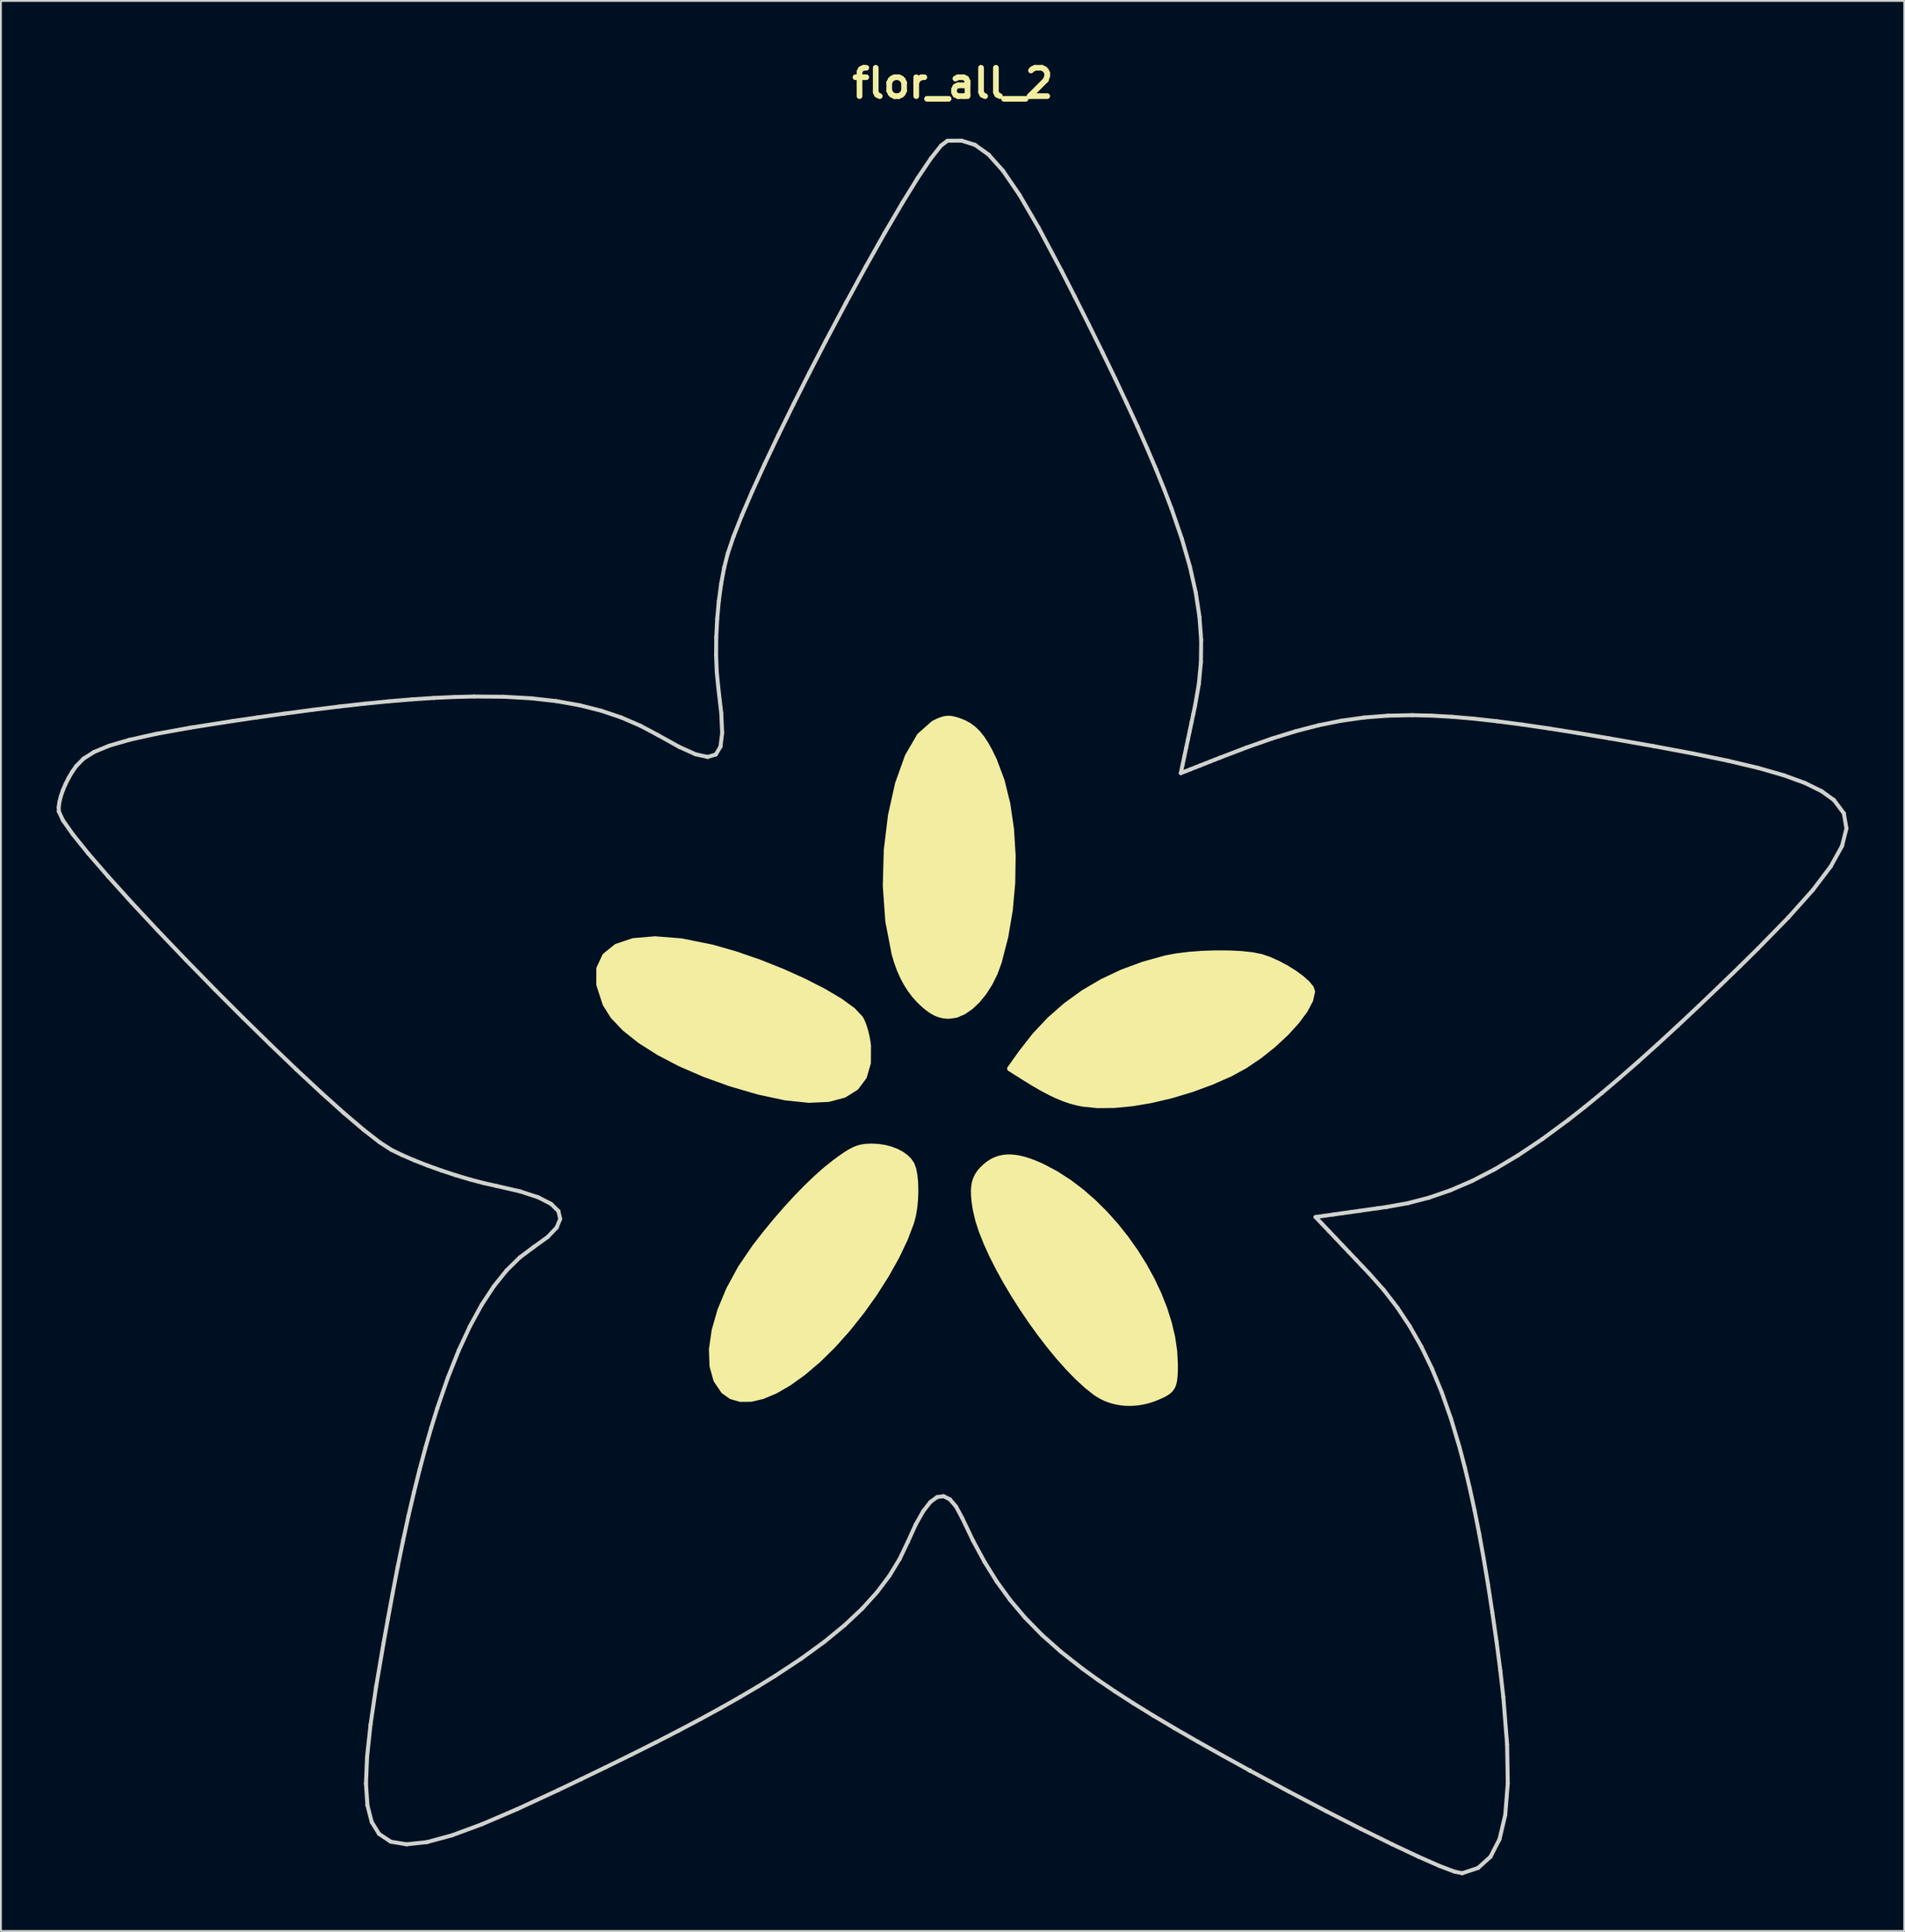
<source format=kicad_pcb>
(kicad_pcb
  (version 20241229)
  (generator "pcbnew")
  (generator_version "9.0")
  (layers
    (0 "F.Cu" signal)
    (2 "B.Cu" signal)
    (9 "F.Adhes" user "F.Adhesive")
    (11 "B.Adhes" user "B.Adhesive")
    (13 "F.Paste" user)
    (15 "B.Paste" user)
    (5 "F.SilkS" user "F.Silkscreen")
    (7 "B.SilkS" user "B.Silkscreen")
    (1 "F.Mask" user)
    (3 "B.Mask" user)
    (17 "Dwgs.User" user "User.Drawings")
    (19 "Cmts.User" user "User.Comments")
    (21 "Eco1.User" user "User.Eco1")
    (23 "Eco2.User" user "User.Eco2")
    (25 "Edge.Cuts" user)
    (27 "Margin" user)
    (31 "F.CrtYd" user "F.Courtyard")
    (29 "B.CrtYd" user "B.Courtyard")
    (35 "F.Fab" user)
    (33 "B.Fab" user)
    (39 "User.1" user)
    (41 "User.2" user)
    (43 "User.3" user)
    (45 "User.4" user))
  (footprint "flor_all_2"
    (layer "F.Cu")
    (at 48.154 51.04)
    (property "Reference" "flor_all_2" (at 0 -49.614 0) (layer "F.SilkS") (effects (font (size 1.524 1.524) (thickness 0.305))))
    (attr smd)
    (fp_poly (pts (xy -10.431 4.581) (xy -11.934 4.143) (xy -13.343 3.637) (xy -14.638 3.076) (xy -15.798 2.47) (xy -16.803 1.832) (xy -17.632 1.174) (xy -18.264 0.508) (xy -18.678 -0.155) (xy -19.012 -1.189) (xy -19.011 -2.053) (xy -18.693 -2.739) (xy -18.073 -3.238) (xy -17.169 -3.542) (xy -15.997 -3.641) (xy -14.574 -3.528) (xy -12.915 -3.192) (xy -11.68 -2.838) (xy -10.414 -2.402) (xy -9.168 -1.907) (xy -7.99 -1.377) (xy -6.931 -0.836) (xy -6.039 -0.308) (xy -5.365 0.184) (xy -4.956 0.617) (xy -4.89 0.735) (xy -4.824 0.885) (xy -4.76 1.059) (xy -4.7 1.253) (xy -4.646 1.46) (xy -4.599 1.674) (xy -4.561 1.888) (xy -4.534 2.097) (xy -4.539 3.019) (xy -4.759 3.769) (xy -5.191 4.346) (xy -5.833 4.747) (xy -6.681 4.973) (xy -7.732 5.021) (xy -8.983 4.891) (xy -10.431 4.581) (xy -10.431 4.581)) (stroke (width 0.286) (type solid)) (fill yes) (layer "F.SilkS"))
    (fp_poly (pts (xy -1.553 -0.092) (xy -1.824 -0.35) (xy -2.072 -0.63) (xy -2.3 -0.934) (xy -2.506 -1.262) (xy -2.693 -1.615) (xy -2.861 -1.995) (xy -3.009 -2.402) (xy -3.139 -2.837) (xy -3.479 -4.598) (xy -3.614 -6.489) (xy -3.561 -8.415) (xy -3.335 -10.281) (xy -2.953 -11.991) (xy -2.432 -13.449) (xy -1.786 -14.56) (xy -1.034 -15.227) (xy -0.828 -15.329) (xy -0.65 -15.405) (xy -0.491 -15.457) (xy -0.342 -15.485) (xy -0.196 -15.491) (xy -0.044 -15.475) (xy 0.122 -15.438) (xy 0.309 -15.381) (xy 0.607 -15.264) (xy 0.877 -15.117) (xy 1.126 -14.933) (xy 1.358 -14.705) (xy 1.579 -14.428) (xy 1.796 -14.095) (xy 2.013 -13.7) (xy 2.237 -13.237) (xy 2.649 -12.138) (xy 2.954 -10.898) (xy 3.151 -9.55) (xy 3.24 -8.128) (xy 3.219 -6.667) (xy 3.088 -5.202) (xy 2.846 -3.767) (xy 2.491 -2.395) (xy 2.273 -1.801) (xy 2.001 -1.253) (xy 1.687 -0.76) (xy 1.34 -0.333) (xy 0.969 0.018) (xy 0.584 0.281) (xy 0.196 0.447) (xy -0.187 0.505) (xy -0.369 0.497) (xy -0.542 0.473) (xy -0.709 0.431) (xy -0.872 0.37) (xy -1.035 0.288) (xy -1.201 0.185) (xy -1.373 0.059) (xy -1.553 -0.092) (xy -1.553 -0.092)) (stroke (width 0.286) (type solid)) (fill yes) (layer "F.SilkS"))
    (fp_poly (pts (xy -12.317 20.653) (xy -12.716 20.063) (xy -12.927 19.303) (xy -12.958 18.404) (xy -12.813 17.396) (xy -12.502 16.31) (xy -12.029 15.177) (xy -11.402 14.027) (xy -10.627 12.89) (xy -10.085 12.193) (xy -9.531 11.519) (xy -8.973 10.875) (xy -8.416 10.268) (xy -7.87 9.707) (xy -7.339 9.198) (xy -6.833 8.75) (xy -6.356 8.369) (xy -6.02 8.121) (xy -5.732 7.924) (xy -5.482 7.771) (xy -5.256 7.658) (xy -5.042 7.58) (xy -4.829 7.53) (xy -4.604 7.505) (xy -4.356 7.497) (xy -3.998 7.515) (xy -3.654 7.568) (xy -3.329 7.652) (xy -3.029 7.766) (xy -2.761 7.906) (xy -2.529 8.07) (xy -2.34 8.256) (xy -2.2 8.461) (xy -2.106 8.712) (xy -2.04 9.047) (xy -2.001 9.445) (xy -1.989 9.883) (xy -2.004 10.337) (xy -2.046 10.786) (xy -2.116 11.207) (xy -2.212 11.577) (xy -2.554 12.478) (xy -3.01 13.433) (xy -3.562 14.419) (xy -4.194 15.413) (xy -4.891 16.388) (xy -5.636 17.323) (xy -6.412 18.192) (xy -7.203 18.971) (xy -8.019 19.666) (xy -8.8 20.227) (xy -9.537 20.652) (xy -10.225 20.939) (xy -10.854 21.085) (xy -11.417 21.088) (xy -11.908 20.945) (xy -12.317 20.653) (xy -12.317 20.653) (xy -12.317 20.653) (xy -12.317 20.653)) (stroke (width 0.286) (type solid)) (fill yes) (layer "F.SilkS"))
    (fp_poly (pts (xy 6.994 5.226) (xy 6.65 5.155) (xy 6.306 5.06) (xy 5.954 4.938) (xy 5.588 4.786) (xy 5.2 4.6) (xy 4.783 4.378) (xy 4.331 4.116) (xy 3.836 3.811) (xy 3.74 3.751) (xy 3.644 3.69) (xy 3.548 3.629) (xy 3.452 3.569) (xy 3.356 3.508) (xy 3.26 3.447) (xy 3.164 3.387) (xy 3.068 3.326) (xy 3.145 3.217) (xy 3.223 3.108) (xy 3.301 2.999) (xy 3.378 2.89) (xy 3.456 2.782) (xy 3.533 2.673) (xy 3.611 2.564) (xy 3.689 2.455) (xy 4.416 1.527) (xy 5.214 0.681) (xy 6.082 -0.08) (xy 7.018 -0.757) (xy 8.023 -1.349) (xy 9.096 -1.856) (xy 10.236 -2.278) (xy 11.443 -2.613) (xy 12.022 -2.723) (xy 12.687 -2.805) (xy 13.405 -2.859) (xy 14.142 -2.884) (xy 14.863 -2.88) (xy 15.533 -2.846) (xy 16.12 -2.782) (xy 16.587 -2.687) (xy 17.031 -2.535) (xy 17.496 -2.326) (xy 17.955 -2.078) (xy 18.387 -1.806) (xy 18.765 -1.527) (xy 19.065 -1.258) (xy 19.263 -1.016) (xy 19.334 -0.817) (xy 19.231 -0.353) (xy 18.94 0.197) (xy 18.491 0.802) (xy 17.914 1.433) (xy 17.239 2.059) (xy 16.496 2.651) (xy 15.715 3.179) (xy 14.925 3.612) (xy 13.895 4.064) (xy 12.831 4.454) (xy 11.755 4.777) (xy 10.69 5.029) (xy 9.659 5.204) (xy 8.684 5.298) (xy 7.788 5.307) (xy 6.994 5.226) (xy 6.994 5.226)) (stroke (width 0.286) (type solid)) (fill yes) (layer "F.SilkS"))
    (fp_poly (pts (xy 7.657 20.734) (xy 7.193 20.365) (xy 6.708 19.92) (xy 6.21 19.41) (xy 5.703 18.842) (xy 5.195 18.226) (xy 4.692 17.572) (xy 4.198 16.888) (xy 3.722 16.184) (xy 3.268 15.47) (xy 2.842 14.754) (xy 2.452 14.046) (xy 2.102 13.355) (xy 1.8 12.69) (xy 1.55 12.061) (xy 1.359 11.477) (xy 1.234 10.947) (xy 1.194 10.711) (xy 1.162 10.491) (xy 1.14 10.287) (xy 1.127 10.097) (xy 1.123 9.921) (xy 1.13 9.758) (xy 1.146 9.605) (xy 1.173 9.462) (xy 1.211 9.328) (xy 1.259 9.202) (xy 1.319 9.082) (xy 1.39 8.967) (xy 1.473 8.855) (xy 1.568 8.747) (xy 1.675 8.641) (xy 1.795 8.534) (xy 1.938 8.424) (xy 2.084 8.329) (xy 2.236 8.249) (xy 2.392 8.184) (xy 2.555 8.135) (xy 2.724 8.101) (xy 2.9 8.082) (xy 3.083 8.079) (xy 3.274 8.091) (xy 3.474 8.118) (xy 3.682 8.161) (xy 3.9 8.219) (xy 4.128 8.293) (xy 4.366 8.382) (xy 4.616 8.486) (xy 4.877 8.606) (xy 5.575 8.979) (xy 6.26 9.421) (xy 6.926 9.926) (xy 7.57 10.487) (xy 8.186 11.097) (xy 8.772 11.751) (xy 9.321 12.441) (xy 9.831 13.162) (xy 10.297 13.906) (xy 10.715 14.668) (xy 11.079 15.44) (xy 11.387 16.217) (xy 11.633 16.993) (xy 11.814 17.759) (xy 11.924 18.511) (xy 11.961 19.242) (xy 11.959 19.459) (xy 11.954 19.653) (xy 11.945 19.826) (xy 11.93 19.98) (xy 11.91 20.116) (xy 11.882 20.237) (xy 11.846 20.345) (xy 11.8 20.44) (xy 11.744 20.526) (xy 11.676 20.604) (xy 11.596 20.675) (xy 11.502 20.742) (xy 11.394 20.806) (xy 11.27 20.87) (xy 11.129 20.935) (xy 10.971 21.002) (xy 10.753 21.086) (xy 10.533 21.157) (xy 10.312 21.213) (xy 10.091 21.256) (xy 9.87 21.286) (xy 9.65 21.302) (xy 9.432 21.304) (xy 9.217 21.294) (xy 9.004 21.27) (xy 8.795 21.232) (xy 8.591 21.182) (xy 8.391 21.118) (xy 8.198 21.042) (xy 8.01 20.952) (xy 7.83 20.849) (xy 7.657 20.734) (xy 7.657 20.734)) (stroke (width 0.286) (type solid)) (fill yes) (layer "F.SilkS"))
    (fp_line (start -48.048 -10.724) (end -48.012 -10.998) (stroke (width 0.212) (type solid)) (layer "Edge.Cuts"))
    (fp_line (start -48.042 -10.491) (end -48.048 -10.724) (stroke (width 0.212) (type solid)) (layer "Edge.Cuts"))
    (fp_line (start -48.012 -10.998) (end -47.936 -11.301) (stroke (width 0.212) (type solid)) (layer "Edge.Cuts"))
    (fp_line (start -47.936 -11.301) (end -47.826 -11.626) (stroke (width 0.212) (type solid)) (layer "Edge.Cuts"))
    (fp_line (start -47.826 -11.626) (end -47.684 -11.96) (stroke (width 0.212) (type solid)) (layer "Edge.Cuts"))
    (fp_line (start -47.821 -10.015) (end -48.042 -10.491) (stroke (width 0.212) (type solid)) (layer "Edge.Cuts"))
    (fp_line (start -47.684 -11.96) (end -47.515 -12.295) (stroke (width 0.212) (type solid)) (layer "Edge.Cuts"))
    (fp_line (start -47.515 -12.295) (end -47.323 -12.621) (stroke (width 0.212) (type solid)) (layer "Edge.Cuts"))
    (fp_line (start -47.323 -12.621) (end -47.11 -12.926) (stroke (width 0.212) (type solid)) (layer "Edge.Cuts"))
    (fp_line (start -47.277 -9.244) (end -47.821 -10.015) (stroke (width 0.212) (type solid)) (layer "Edge.Cuts"))
    (fp_line (start -47.11 -12.926) (end -46.715 -13.329) (stroke (width 0.212) (type solid)) (layer "Edge.Cuts"))
    (fp_line (start -46.715 -13.329) (end -46.142 -13.69) (stroke (width 0.212) (type solid)) (layer "Edge.Cuts"))
    (fp_line (start -46.452 -8.222) (end -47.277 -9.244) (stroke (width 0.212) (type solid)) (layer "Edge.Cuts"))
    (fp_line (start -46.142 -13.69) (end -45.336 -14.023) (stroke (width 0.212) (type solid)) (layer "Edge.Cuts"))
    (fp_line (start -45.389 -6.994) (end -46.452 -8.222) (stroke (width 0.212) (type solid)) (layer "Edge.Cuts"))
    (fp_line (start -45.336 -14.023) (end -44.244 -14.341) (stroke (width 0.212) (type solid)) (layer "Edge.Cuts"))
    (fp_line (start -44.244 -14.341) (end -42.81 -14.66) (stroke (width 0.212) (type solid)) (layer "Edge.Cuts"))
    (fp_line (start -44.132 -5.603) (end -45.389 -6.994) (stroke (width 0.212) (type solid)) (layer "Edge.Cuts"))
    (fp_line (start -42.81 -14.66) (end -40.98 -14.991) (stroke (width 0.212) (type solid)) (layer "Edge.Cuts"))
    (fp_line (start -42.725 -4.093) (end -44.132 -5.603) (stroke (width 0.212) (type solid)) (layer "Edge.Cuts"))
    (fp_line (start -41.21 -2.51) (end -42.725 -4.093) (stroke (width 0.212) (type solid)) (layer "Edge.Cuts"))
    (fp_line (start -40.98 -14.991) (end -38.701 -15.349) (stroke (width 0.212) (type solid)) (layer "Edge.Cuts"))
    (fp_line (start -39.632 -0.896) (end -41.21 -2.51) (stroke (width 0.212) (type solid)) (layer "Edge.Cuts"))
    (fp_line (start -38.701 -15.349) (end -37.375 -15.543) (stroke (width 0.212) (type solid)) (layer "Edge.Cuts"))
    (fp_line (start -38.143 0.594) (end -39.632 -0.896) (stroke (width 0.212) (type solid)) (layer "Edge.Cuts"))
    (fp_line (start -37.375 -15.543) (end -35.917 -15.748) (stroke (width 0.212) (type solid)) (layer "Edge.Cuts"))
    (fp_line (start -36.672 2.036) (end -38.143 0.594) (stroke (width 0.212) (type solid)) (layer "Edge.Cuts"))
    (fp_line (start -35.917 -15.748) (end -34.404 -15.951) (stroke (width 0.212) (type solid)) (layer "Edge.Cuts"))
    (fp_line (start -35.253 3.395) (end -36.672 2.036) (stroke (width 0.212) (type solid)) (layer "Edge.Cuts"))
    (fp_line (start -34.404 -15.951) (end -32.965 -16.129) (stroke (width 0.212) (type solid)) (layer "Edge.Cuts"))
    (fp_line (start -33.921 4.635) (end -35.253 3.395) (stroke (width 0.212) (type solid)) (layer "Edge.Cuts"))
    (fp_line (start -32.965 -16.129) (end -31.597 -16.282) (stroke (width 0.212) (type solid)) (layer "Edge.Cuts"))
    (fp_line (start -32.712 5.72) (end -33.921 4.635) (stroke (width 0.212) (type solid)) (layer "Edge.Cuts"))
    (fp_line (start -31.66 6.614) (end -32.712 5.72) (stroke (width 0.212) (type solid)) (layer "Edge.Cuts"))
    (fp_line (start -31.597 -16.282) (end -30.298 -16.41) (stroke (width 0.212) (type solid)) (layer "Edge.Cuts"))
    (fp_line (start -31.535 41.743) (end -31.475 40.302) (stroke (width 0.212) (type solid)) (layer "Edge.Cuts"))
    (fp_line (start -31.475 40.302) (end -31.289 38.572) (stroke (width 0.212) (type solid)) (layer "Edge.Cuts"))
    (fp_line (start -31.456 42.907) (end -31.535 41.743) (stroke (width 0.212) (type solid)) (layer "Edge.Cuts"))
    (fp_line (start -31.289 38.572) (end -30.991 36.543) (stroke (width 0.212) (type solid)) (layer "Edge.Cuts"))
    (fp_line (start -31.226 43.805) (end -31.456 42.907) (stroke (width 0.212) (type solid)) (layer "Edge.Cuts"))
    (fp_line (start -30.991 36.543) (end -30.592 34.205) (stroke (width 0.212) (type solid)) (layer "Edge.Cuts"))
    (fp_line (start -30.83 44.445) (end -31.226 43.805) (stroke (width 0.212) (type solid)) (layer "Edge.Cuts"))
    (fp_line (start -30.801 7.283) (end -31.66 6.614) (stroke (width 0.212) (type solid)) (layer "Edge.Cuts"))
    (fp_line (start -30.592 34.205) (end -30.36 32.917) (stroke (width 0.212) (type solid)) (layer "Edge.Cuts"))
    (fp_line (start -30.36 32.917) (end -30.107 31.547) (stroke (width 0.212) (type solid)) (layer "Edge.Cuts"))
    (fp_line (start -30.298 -16.41) (end -29.063 -16.513) (stroke (width 0.212) (type solid)) (layer "Edge.Cuts"))
    (fp_line (start -30.204 44.861) (end -30.83 44.445) (stroke (width 0.212) (type solid)) (layer "Edge.Cuts"))
    (fp_line (start -30.169 7.69) (end -30.801 7.283) (stroke (width 0.212) (type solid)) (layer "Edge.Cuts"))
    (fp_line (start -30.107 31.547) (end -29.828 30.092) (stroke (width 0.212) (type solid)) (layer "Edge.Cuts"))
    (fp_line (start -29.828 30.092) (end -29.543 28.697) (stroke (width 0.212) (type solid)) (layer "Edge.Cuts"))
    (fp_line (start -29.597 7.968) (end -30.169 7.69) (stroke (width 0.212) (type solid)) (layer "Edge.Cuts"))
    (fp_line (start -29.543 28.697) (end -29.252 27.362) (stroke (width 0.212) (type solid)) (layer "Edge.Cuts"))
    (fp_line (start -29.354 45.003) (end -30.204 44.861) (stroke (width 0.212) (type solid)) (layer "Edge.Cuts"))
    (fp_line (start -29.252 27.362) (end -28.955 26.087) (stroke (width 0.212) (type solid)) (layer "Edge.Cuts"))
    (fp_line (start -29.063 -16.513) (end -27.891 -16.59) (stroke (width 0.212) (type solid)) (layer "Edge.Cuts"))
    (fp_line (start -28.955 26.087) (end -28.652 24.872) (stroke (width 0.212) (type solid)) (layer "Edge.Cuts"))
    (fp_line (start -28.94 8.252) (end -29.597 7.968) (stroke (width 0.212) (type solid)) (layer "Edge.Cuts"))
    (fp_line (start -28.652 24.872) (end -28.342 23.715) (stroke (width 0.212) (type solid)) (layer "Edge.Cuts"))
    (fp_line (start -28.342 23.715) (end -28.026 22.617) (stroke (width 0.212) (type solid)) (layer "Edge.Cuts"))
    (fp_line (start -28.265 44.886) (end -29.354 45.003) (stroke (width 0.212) (type solid)) (layer "Edge.Cuts"))
    (fp_line (start -28.223 8.533) (end -28.94 8.252) (stroke (width 0.212) (type solid)) (layer "Edge.Cuts"))
    (fp_line (start -28.026 22.617) (end -27.703 21.577) (stroke (width 0.212) (type solid)) (layer "Edge.Cuts"))
    (fp_line (start -27.891 -16.59) (end -26.779 -16.641) (stroke (width 0.212) (type solid)) (layer "Edge.Cuts"))
    (fp_line (start -27.703 21.577) (end -27.139 19.944) (stroke (width 0.212) (type solid)) (layer "Edge.Cuts"))
    (fp_line (start -27.468 8.804) (end -28.223 8.533) (stroke (width 0.212) (type solid)) (layer "Edge.Cuts"))
    (fp_line (start -27.139 19.944) (end -26.553 18.474) (stroke (width 0.212) (type solid)) (layer "Edge.Cuts"))
    (fp_line (start -26.919 44.522) (end -28.265 44.886) (stroke (width 0.212) (type solid)) (layer "Edge.Cuts"))
    (fp_line (start -26.779 -16.641) (end -25.723 -16.667) (stroke (width 0.212) (type solid)) (layer "Edge.Cuts"))
    (fp_line (start -26.698 9.057) (end -27.468 8.804) (stroke (width 0.212) (type solid)) (layer "Edge.Cuts"))
    (fp_line (start -26.553 18.474) (end -25.945 17.164) (stroke (width 0.212) (type solid)) (layer "Edge.Cuts"))
    (fp_line (start -25.945 17.164) (end -25.313 16.011) (stroke (width 0.212) (type solid)) (layer "Edge.Cuts"))
    (fp_line (start -25.936 9.284) (end -26.698 9.057) (stroke (width 0.212) (type solid)) (layer "Edge.Cuts"))
    (fp_line (start -25.723 -16.667) (end -24.124 -16.654) (stroke (width 0.212) (type solid)) (layer "Edge.Cuts"))
    (fp_line (start -25.313 16.011) (end -24.657 15.012) (stroke (width 0.212) (type solid)) (layer "Edge.Cuts"))
    (fp_line (start -25.302 43.924) (end -26.919 44.522) (stroke (width 0.212) (type solid)) (layer "Edge.Cuts"))
    (fp_line (start -25.206 9.476) (end -25.936 9.284) (stroke (width 0.212) (type solid)) (layer "Edge.Cuts"))
    (fp_line (start -24.657 15.012) (end -23.976 14.167) (stroke (width 0.212) (type solid)) (layer "Edge.Cuts"))
    (fp_line (start -24.531 9.627) (end -25.206 9.476) (stroke (width 0.212) (type solid)) (layer "Edge.Cuts"))
    (fp_line (start -24.124 -16.654) (end -22.653 -16.571) (stroke (width 0.212) (type solid)) (layer "Edge.Cuts"))
    (fp_line (start -23.976 14.167) (end -23.268 13.471) (stroke (width 0.212) (type solid)) (layer "Edge.Cuts"))
    (fp_line (start -23.396 43.107) (end -25.302 43.924) (stroke (width 0.212) (type solid)) (layer "Edge.Cuts"))
    (fp_line (start -23.268 13.471) (end -22.533 12.922) (stroke (width 0.212) (type solid)) (layer "Edge.Cuts"))
    (fp_line (start -23.25 9.922) (end -24.531 9.627) (stroke (width 0.212) (type solid)) (layer "Edge.Cuts"))
    (fp_line (start -22.653 -16.571) (end -21.298 -16.419) (stroke (width 0.212) (type solid)) (layer "Edge.Cuts"))
    (fp_line (start -22.533 12.922) (end -21.766 12.37) (stroke (width 0.212) (type solid)) (layer "Edge.Cuts"))
    (fp_line (start -22.268 10.244) (end -23.25 9.922) (stroke (width 0.212) (type solid)) (layer "Edge.Cuts"))
    (fp_line (start -21.766 12.37) (end -21.286 11.865) (stroke (width 0.212) (type solid)) (layer "Edge.Cuts"))
    (fp_line (start -21.583 10.596) (end -22.268 10.244) (stroke (width 0.212) (type solid)) (layer "Edge.Cuts"))
    (fp_line (start -21.298 -16.419) (end -20.047 -16.196) (stroke (width 0.212) (type solid)) (layer "Edge.Cuts"))
    (fp_line (start -21.286 11.865) (end -21.094 11.403) (stroke (width 0.212) (type solid)) (layer "Edge.Cuts"))
    (fp_line (start -21.192 10.981) (end -21.583 10.596) (stroke (width 0.212) (type solid)) (layer "Edge.Cuts"))
    (fp_line (start -21.185 42.082) (end -23.396 43.107) (stroke (width 0.212) (type solid)) (layer "Edge.Cuts"))
    (fp_line (start -21.094 11.403) (end -21.192 10.981) (stroke (width 0.212) (type solid)) (layer "Edge.Cuts"))
    (fp_line (start -20.047 -16.196) (end -18.886 -15.903) (stroke (width 0.212) (type solid)) (layer "Edge.Cuts"))
    (fp_line (start -19.96 41.497) (end -21.185 42.082) (stroke (width 0.212) (type solid)) (layer "Edge.Cuts"))
    (fp_line (start -18.886 -15.903) (end -17.805 -15.537) (stroke (width 0.212) (type solid)) (layer "Edge.Cuts"))
    (fp_line (start -18.653 40.864) (end -19.96 41.497) (stroke (width 0.212) (type solid)) (layer "Edge.Cuts"))
    (fp_line (start -17.805 -15.537) (end -16.79 -15.099) (stroke (width 0.212) (type solid)) (layer "Edge.Cuts"))
    (fp_line (start -17.267 40.184) (end -18.653 40.864) (stroke (width 0.212) (type solid)) (layer "Edge.Cuts"))
    (fp_line (start -16.79 -15.099) (end -15.828 -14.587) (stroke (width 0.212) (type solid)) (layer "Edge.Cuts"))
    (fp_line (start -15.957 39.527) (end -17.267 40.184) (stroke (width 0.212) (type solid)) (layer "Edge.Cuts"))
    (fp_line (start -15.828 -14.587) (end -14.695 -13.958) (stroke (width 0.212) (type solid)) (layer "Edge.Cuts"))
    (fp_line (start -14.72 38.89) (end -15.957 39.527) (stroke (width 0.212) (type solid)) (layer "Edge.Cuts"))
    (fp_line (start -14.695 -13.958) (end -13.817 -13.562) (stroke (width 0.212) (type solid)) (layer "Edge.Cuts"))
    (fp_line (start -13.817 -13.562) (end -13.171 -13.421) (stroke (width 0.212) (type solid)) (layer "Edge.Cuts"))
    (fp_line (start -13.554 38.273) (end -14.72 38.89) (stroke (width 0.212) (type solid)) (layer "Edge.Cuts"))
    (fp_line (start -13.171 -13.421) (end -12.733 -13.551) (stroke (width 0.212) (type solid)) (layer "Edge.Cuts"))
    (fp_line (start -12.733 -13.551) (end -12.481 -13.972) (stroke (width 0.212) (type solid)) (layer "Edge.Cuts"))
    (fp_line (start -12.716 -18.897) (end -12.708 -19.853) (stroke (width 0.212) (type solid)) (layer "Edge.Cuts"))
    (fp_line (start -12.708 -19.853) (end -12.658 -20.829) (stroke (width 0.212) (type solid)) (layer "Edge.Cuts"))
    (fp_line (start -12.681 -17.991) (end -12.716 -18.897) (stroke (width 0.212) (type solid)) (layer "Edge.Cuts"))
    (fp_line (start -12.658 -20.829) (end -12.57 -21.797) (stroke (width 0.212) (type solid)) (layer "Edge.Cuts"))
    (fp_line (start -12.6 -17.165) (end -12.681 -17.991) (stroke (width 0.212) (type solid)) (layer "Edge.Cuts"))
    (fp_line (start -12.57 -21.797) (end -12.444 -22.726) (stroke (width 0.212) (type solid)) (layer "Edge.Cuts"))
    (fp_line (start -12.481 -13.972) (end -12.39 -14.702) (stroke (width 0.212) (type solid)) (layer "Edge.Cuts"))
    (fp_line (start -12.458 37.674) (end -13.554 38.273) (stroke (width 0.212) (type solid)) (layer "Edge.Cuts"))
    (fp_line (start -12.444 -22.726) (end -12.283 -23.587) (stroke (width 0.212) (type solid)) (layer "Edge.Cuts"))
    (fp_line (start -12.437 -15.76) (end -12.6 -17.165) (stroke (width 0.212) (type solid)) (layer "Edge.Cuts"))
    (fp_line (start -12.39 -14.702) (end -12.437 -15.76) (stroke (width 0.212) (type solid)) (layer "Edge.Cuts"))
    (fp_line (start -12.283 -23.587) (end -12.09 -24.35) (stroke (width 0.212) (type solid)) (layer "Edge.Cuts"))
    (fp_line (start -12.09 -24.35) (end -11.781 -25.261) (stroke (width 0.212) (type solid)) (layer "Edge.Cuts"))
    (fp_line (start -11.781 -25.261) (end -11.336 -26.387) (stroke (width 0.212) (type solid)) (layer "Edge.Cuts"))
    (fp_line (start -11.429 37.09) (end -12.458 37.674) (stroke (width 0.212) (type solid)) (layer "Edge.Cuts"))
    (fp_line (start -11.336 -26.387) (end -10.773 -27.695) (stroke (width 0.212) (type solid)) (layer "Edge.Cuts"))
    (fp_line (start -10.773 -27.695) (end -10.11 -29.151) (stroke (width 0.212) (type solid)) (layer "Edge.Cuts"))
    (fp_line (start -10.464 36.522) (end -11.429 37.09) (stroke (width 0.212) (type solid)) (layer "Edge.Cuts"))
    (fp_line (start -10.11 -29.151) (end -9.365 -30.722) (stroke (width 0.212) (type solid)) (layer "Edge.Cuts"))
    (fp_line (start -9.563 35.967) (end -10.464 36.522) (stroke (width 0.212) (type solid)) (layer "Edge.Cuts"))
    (fp_line (start -9.365 -30.722) (end -8.554 -32.376) (stroke (width 0.212) (type solid)) (layer "Edge.Cuts"))
    (fp_line (start -8.554 -32.376) (end -7.696 -34.078) (stroke (width 0.212) (type solid)) (layer "Edge.Cuts"))
    (fp_line (start -8.139 35.027) (end -9.563 35.967) (stroke (width 0.212) (type solid)) (layer "Edge.Cuts"))
    (fp_line (start -7.696 -34.078) (end -6.808 -35.795) (stroke (width 0.212) (type solid)) (layer "Edge.Cuts"))
    (fp_line (start -6.888 34.115) (end -8.139 35.027) (stroke (width 0.212) (type solid)) (layer "Edge.Cuts"))
    (fp_line (start -6.808 -35.795) (end -5.734 -37.821) (stroke (width 0.212) (type solid)) (layer "Edge.Cuts"))
    (fp_line (start -5.799 33.221) (end -6.888 34.115) (stroke (width 0.212) (type solid)) (layer "Edge.Cuts"))
    (fp_line (start -5.734 -37.821) (end -4.673 -39.765) (stroke (width 0.212) (type solid)) (layer "Edge.Cuts"))
    (fp_line (start -4.862 32.338) (end -5.799 33.221) (stroke (width 0.212) (type solid)) (layer "Edge.Cuts"))
    (fp_line (start -4.673 -39.765) (end -3.656 -41.57) (stroke (width 0.212) (type solid)) (layer "Edge.Cuts"))
    (fp_line (start -4.065 31.457) (end -4.862 32.338) (stroke (width 0.212) (type solid)) (layer "Edge.Cuts"))
    (fp_line (start -3.656 -41.57) (end -2.712 -43.18) (stroke (width 0.212) (type solid)) (layer "Edge.Cuts"))
    (fp_line (start -3.398 30.57) (end -4.065 31.457) (stroke (width 0.212) (type solid)) (layer "Edge.Cuts"))
    (fp_line (start -2.849 29.669) (end -3.398 30.57) (stroke (width 0.212) (type solid)) (layer "Edge.Cuts"))
    (fp_line (start -2.712 -43.18) (end -1.873 -44.537) (stroke (width 0.212) (type solid)) (layer "Edge.Cuts"))
    (fp_line (start -2.408 28.746) (end -2.849 29.669) (stroke (width 0.212) (type solid)) (layer "Edge.Cuts"))
    (fp_line (start -1.983 27.811) (end -2.408 28.746) (stroke (width 0.212) (type solid)) (layer "Edge.Cuts"))
    (fp_line (start -1.873 -44.537) (end -1.167 -45.585) (stroke (width 0.212) (type solid)) (layer "Edge.Cuts"))
    (fp_line (start -1.582 27.101) (end -1.983 27.811) (stroke (width 0.212) (type solid)) (layer "Edge.Cuts"))
    (fp_line (start -1.201 26.613) (end -1.582 27.101) (stroke (width 0.212) (type solid)) (layer "Edge.Cuts"))
    (fp_line (start -1.167 -45.585) (end -0.626 -46.268) (stroke (width 0.212) (type solid)) (layer "Edge.Cuts"))
    (fp_line (start -0.837 26.346) (end -1.201 26.613) (stroke (width 0.212) (type solid)) (layer "Edge.Cuts"))
    (fp_line (start -0.626 -46.268) (end -0.279 -46.528) (stroke (width 0.212) (type solid)) (layer "Edge.Cuts"))
    (fp_line (start -0.488 26.299) (end -0.837 26.346) (stroke (width 0.212) (type solid)) (layer "Edge.Cuts"))
    (fp_line (start -0.279 -46.528) (end 0.48 -46.533) (stroke (width 0.212) (type solid)) (layer "Edge.Cuts"))
    (fp_line (start -0.149 26.471) (end -0.488 26.299) (stroke (width 0.212) (type solid)) (layer "Edge.Cuts"))
    (fp_line (start 0.181 26.859) (end -0.149 26.471) (stroke (width 0.212) (type solid)) (layer "Edge.Cuts"))
    (fp_line (start 0.48 -46.533) (end 1.199 -46.306) (stroke (width 0.212) (type solid)) (layer "Edge.Cuts"))
    (fp_line (start 0.507 27.464) (end 0.181 26.859) (stroke (width 0.212) (type solid)) (layer "Edge.Cuts"))
    (fp_line (start 1.097 28.696) (end 0.507 27.464) (stroke (width 0.212) (type solid)) (layer "Edge.Cuts"))
    (fp_line (start 1.199 -46.306) (end 1.926 -45.786) (stroke (width 0.212) (type solid)) (layer "Edge.Cuts"))
    (fp_line (start 1.712 29.831) (end 1.097 28.696) (stroke (width 0.212) (type solid)) (layer "Edge.Cuts"))
    (fp_line (start 1.926 -45.786) (end 2.707 -44.911) (stroke (width 0.212) (type solid)) (layer "Edge.Cuts"))
    (fp_line (start 2.37 30.888) (end 1.712 29.831) (stroke (width 0.212) (type solid)) (layer "Edge.Cuts"))
    (fp_line (start 2.707 -44.911) (end 3.589 -43.621) (stroke (width 0.212) (type solid)) (layer "Edge.Cuts"))
    (fp_line (start 3.091 31.882) (end 2.37 30.888) (stroke (width 0.212) (type solid)) (layer "Edge.Cuts"))
    (fp_line (start 3.589 -43.621) (end 4.62 -41.853) (stroke (width 0.212) (type solid)) (layer "Edge.Cuts"))
    (fp_line (start 3.894 32.831) (end 3.091 31.882) (stroke (width 0.212) (type solid)) (layer "Edge.Cuts"))
    (fp_line (start 4.62 -41.853) (end 5.847 -39.546) (stroke (width 0.212) (type solid)) (layer "Edge.Cuts"))
    (fp_line (start 4.797 33.752) (end 3.894 32.831) (stroke (width 0.212) (type solid)) (layer "Edge.Cuts"))
    (fp_line (start 5.821 34.661) (end 4.797 33.752) (stroke (width 0.212) (type solid)) (layer "Edge.Cuts"))
    (fp_line (start 5.847 -39.546) (end 6.549 -38.171) (stroke (width 0.212) (type solid)) (layer "Edge.Cuts"))
    (fp_line (start 6.549 -38.171) (end 7.318 -36.639) (stroke (width 0.212) (type solid)) (layer "Edge.Cuts"))
    (fp_line (start 6.984 35.575) (end 5.821 34.661) (stroke (width 0.212) (type solid)) (layer "Edge.Cuts"))
    (fp_line (start 7.318 -36.639) (end 8.049 -35.159) (stroke (width 0.212) (type solid)) (layer "Edge.Cuts"))
    (fp_line (start 7.819 36.177) (end 6.984 35.575) (stroke (width 0.212) (type solid)) (layer "Edge.Cuts"))
    (fp_line (start 8.049 -35.159) (end 8.727 -33.758) (stroke (width 0.212) (type solid)) (layer "Edge.Cuts"))
    (fp_line (start 8.726 36.793) (end 7.819 36.177) (stroke (width 0.212) (type solid)) (layer "Edge.Cuts"))
    (fp_line (start 8.727 -33.758) (end 9.353 -32.431) (stroke (width 0.212) (type solid)) (layer "Edge.Cuts"))
    (fp_line (start 9.353 -32.431) (end 9.93 -31.175) (stroke (width 0.212) (type solid)) (layer "Edge.Cuts"))
    (fp_line (start 9.709 37.427) (end 8.726 36.793) (stroke (width 0.212) (type solid)) (layer "Edge.Cuts"))
    (fp_line (start 9.93 -31.175) (end 10.457 -29.985) (stroke (width 0.212) (type solid)) (layer "Edge.Cuts"))
    (fp_line (start 10.457 -29.985) (end 10.937 -28.857) (stroke (width 0.212) (type solid)) (layer "Edge.Cuts"))
    (fp_line (start 10.775 38.085) (end 9.709 37.427) (stroke (width 0.212) (type solid)) (layer "Edge.Cuts"))
    (fp_line (start 10.937 -28.857) (end 11.369 -27.788) (stroke (width 0.212) (type solid)) (layer "Edge.Cuts"))
    (fp_line (start 11.369 -27.788) (end 11.756 -26.773) (stroke (width 0.212) (type solid)) (layer "Edge.Cuts"))
    (fp_line (start 11.756 -26.773) (end 12.316 -25.144) (stroke (width 0.212) (type solid)) (layer "Edge.Cuts"))
    (fp_line (start 11.927 38.769) (end 10.775 38.085) (stroke (width 0.212) (type solid)) (layer "Edge.Cuts"))
    (fp_line (start 12.261 -12.551) (end 12.524 -12.654) (stroke (width 0.212) (type solid)) (layer "Edge.Cuts"))
    (fp_line (start 12.316 -25.144) (end 12.751 -23.643) (stroke (width 0.212) (type solid)) (layer "Edge.Cuts"))
    (fp_line (start 12.357 -13.005) (end 12.261 -12.551) (stroke (width 0.212) (type solid)) (layer "Edge.Cuts"))
    (fp_line (start 12.453 -13.459) (end 12.357 -13.005) (stroke (width 0.212) (type solid)) (layer "Edge.Cuts"))
    (fp_line (start 12.524 -12.654) (end 12.787 -12.758) (stroke (width 0.212) (type solid)) (layer "Edge.Cuts"))
    (fp_line (start 12.549 -13.913) (end 12.453 -13.459) (stroke (width 0.212) (type solid)) (layer "Edge.Cuts"))
    (fp_line (start 12.645 -14.367) (end 12.549 -13.913) (stroke (width 0.212) (type solid)) (layer "Edge.Cuts"))
    (fp_line (start 12.741 -14.821) (end 12.645 -14.367) (stroke (width 0.212) (type solid)) (layer "Edge.Cuts"))
    (fp_line (start 12.751 -23.643) (end 13.065 -22.25) (stroke (width 0.212) (type solid)) (layer "Edge.Cuts"))
    (fp_line (start 12.787 -12.758) (end 13.05 -12.862) (stroke (width 0.212) (type solid)) (layer "Edge.Cuts"))
    (fp_line (start 12.837 -15.275) (end 12.741 -14.821) (stroke (width 0.212) (type solid)) (layer "Edge.Cuts"))
    (fp_line (start 12.933 -15.73) (end 12.837 -15.275) (stroke (width 0.212) (type solid)) (layer "Edge.Cuts"))
    (fp_line (start 13.029 -16.184) (end 12.933 -15.73) (stroke (width 0.212) (type solid)) (layer "Edge.Cuts"))
    (fp_line (start 13.05 -12.862) (end 13.313 -12.966) (stroke (width 0.212) (type solid)) (layer "Edge.Cuts"))
    (fp_line (start 13.065 -22.25) (end 13.264 -20.944) (stroke (width 0.212) (type solid)) (layer "Edge.Cuts"))
    (fp_line (start 13.172 39.486) (end 11.927 38.769) (stroke (width 0.212) (type solid)) (layer "Edge.Cuts"))
    (fp_line (start 13.231 -17.345) (end 13.029 -16.184) (stroke (width 0.212) (type solid)) (layer "Edge.Cuts"))
    (fp_line (start 13.264 -20.944) (end 13.355 -19.705) (stroke (width 0.212) (type solid)) (layer "Edge.Cuts"))
    (fp_line (start 13.313 -12.966) (end 13.576 -13.07) (stroke (width 0.212) (type solid)) (layer "Edge.Cuts"))
    (fp_line (start 13.342 -18.512) (end 13.231 -17.345) (stroke (width 0.212) (type solid)) (layer "Edge.Cuts"))
    (fp_line (start 13.355 -19.705) (end 13.342 -18.512) (stroke (width 0.212) (type solid)) (layer "Edge.Cuts"))
    (fp_line (start 13.576 -13.07) (end 13.839 -13.173) (stroke (width 0.212) (type solid)) (layer "Edge.Cuts"))
    (fp_line (start 13.839 -13.173) (end 14.102 -13.277) (stroke (width 0.212) (type solid)) (layer "Edge.Cuts"))
    (fp_line (start 14.102 -13.277) (end 14.365 -13.381) (stroke (width 0.212) (type solid)) (layer "Edge.Cuts"))
    (fp_line (start 14.365 -13.381) (end 15.809 -13.933) (stroke (width 0.212) (type solid)) (layer "Edge.Cuts"))
    (fp_line (start 14.514 40.239) (end 13.172 39.486) (stroke (width 0.212) (type solid)) (layer "Edge.Cuts"))
    (fp_line (start 15.809 -13.933) (end 17.158 -14.407) (stroke (width 0.212) (type solid)) (layer "Edge.Cuts"))
    (fp_line (start 15.959 41.034) (end 14.514 40.239) (stroke (width 0.212) (type solid)) (layer "Edge.Cuts"))
    (fp_line (start 15.959 41.033) (end 15.959 41.034) (stroke (width 0.212) (type solid)) (layer "Edge.Cuts"))
    (fp_line (start 15.959 41.034) (end 15.959 41.033) (stroke (width 0.212) (type solid)) (layer "Edge.Cuts"))
    (fp_line (start 15.959 41.034) (end 15.959 41.034) (stroke (width 0.212) (type solid)) (layer "Edge.Cuts"))
    (fp_line (start 15.959 41.034) (end 15.959 41.034) (stroke (width 0.212) (type solid)) (layer "Edge.Cuts"))
    (fp_line (start 15.959 41.034) (end 15.959 41.034) (stroke (width 0.212) (type solid)) (layer "Edge.Cuts"))
    (fp_line (start 15.959 41.034) (end 15.959 41.034) (stroke (width 0.212) (type solid)) (layer "Edge.Cuts"))
    (fp_line (start 15.959 41.034) (end 15.959 41.034) (stroke (width 0.212) (type solid)) (layer "Edge.Cuts"))
    (fp_line (start 15.959 41.034) (end 15.959 41.034) (stroke (width 0.212) (type solid)) (layer "Edge.Cuts"))
    (fp_line (start 15.959 41.035) (end 15.959 41.034) (stroke (width 0.212) (type solid)) (layer "Edge.Cuts"))
    (fp_line (start 17.158 -14.407) (end 18.437 -14.803) (stroke (width 0.212) (type solid)) (layer "Edge.Cuts"))
    (fp_line (start 18.068 42.17) (end 15.959 41.035) (stroke (width 0.212) (type solid)) (layer "Edge.Cuts"))
    (fp_line (start 18.437 -14.803) (end 19.673 -15.123) (stroke (width 0.212) (type solid)) (layer "Edge.Cuts"))
    (fp_line (start 19.503 11.3) (end 19.863 11.679) (stroke (width 0.212) (type solid)) (layer "Edge.Cuts"))
    (fp_line (start 19.673 -15.123) (end 20.892 -15.367) (stroke (width 0.212) (type solid)) (layer "Edge.Cuts"))
    (fp_line (start 19.863 11.679) (end 20.223 12.058) (stroke (width 0.212) (type solid)) (layer "Edge.Cuts"))
    (fp_line (start 19.979 11.232) (end 19.503 11.3) (stroke (width 0.212) (type solid)) (layer "Edge.Cuts"))
    (fp_line (start 20.076 43.223) (end 18.068 42.17) (stroke (width 0.212) (type solid)) (layer "Edge.Cuts"))
    (fp_line (start 20.223 12.058) (end 20.583 12.437) (stroke (width 0.212) (type solid)) (layer "Edge.Cuts"))
    (fp_line (start 20.456 11.165) (end 19.979 11.232) (stroke (width 0.212) (type solid)) (layer "Edge.Cuts"))
    (fp_line (start 20.583 12.437) (end 20.943 12.816) (stroke (width 0.212) (type solid)) (layer "Edge.Cuts"))
    (fp_line (start 20.892 -15.367) (end 22.119 -15.539) (stroke (width 0.212) (type solid)) (layer "Edge.Cuts"))
    (fp_line (start 20.932 11.098) (end 20.456 11.165) (stroke (width 0.212) (type solid)) (layer "Edge.Cuts"))
    (fp_line (start 20.943 12.816) (end 21.303 13.196) (stroke (width 0.212) (type solid)) (layer "Edge.Cuts"))
    (fp_line (start 21.303 13.196) (end 21.663 13.575) (stroke (width 0.212) (type solid)) (layer "Edge.Cuts"))
    (fp_line (start 21.409 11.031) (end 20.932 11.098) (stroke (width 0.212) (type solid)) (layer "Edge.Cuts"))
    (fp_line (start 21.663 13.575) (end 22.023 13.954) (stroke (width 0.212) (type solid)) (layer "Edge.Cuts"))
    (fp_line (start 21.885 10.964) (end 21.409 11.031) (stroke (width 0.212) (type solid)) (layer "Edge.Cuts"))
    (fp_line (start 21.936 44.172) (end 20.076 43.223) (stroke (width 0.212) (type solid)) (layer "Edge.Cuts"))
    (fp_line (start 22.023 13.954) (end 22.383 14.333) (stroke (width 0.212) (type solid)) (layer "Edge.Cuts"))
    (fp_line (start 22.119 -15.539) (end 23.38 -15.637) (stroke (width 0.212) (type solid)) (layer "Edge.Cuts"))
    (fp_line (start 22.362 10.896) (end 21.885 10.964) (stroke (width 0.212) (type solid)) (layer "Edge.Cuts"))
    (fp_line (start 22.383 14.333) (end 23.168 15.217) (stroke (width 0.212) (type solid)) (layer "Edge.Cuts"))
    (fp_line (start 22.838 10.829) (end 22.362 10.896) (stroke (width 0.212) (type solid)) (layer "Edge.Cuts"))
    (fp_line (start 23.168 15.217) (end 23.894 16.157) (stroke (width 0.212) (type solid)) (layer "Edge.Cuts"))
    (fp_line (start 23.315 10.762) (end 22.838 10.829) (stroke (width 0.212) (type solid)) (layer "Edge.Cuts"))
    (fp_line (start 23.38 -15.637) (end 24.702 -15.665) (stroke (width 0.212) (type solid)) (layer "Edge.Cuts"))
    (fp_line (start 23.602 44.993) (end 21.936 44.172) (stroke (width 0.212) (type solid)) (layer "Edge.Cuts"))
    (fp_line (start 23.894 16.157) (end 24.565 17.166) (stroke (width 0.212) (type solid)) (layer "Edge.Cuts"))
    (fp_line (start 24.458 10.557) (end 23.315 10.762) (stroke (width 0.212) (type solid)) (layer "Edge.Cuts"))
    (fp_line (start 24.565 17.166) (end 25.185 18.256) (stroke (width 0.212) (type solid)) (layer "Edge.Cuts"))
    (fp_line (start 24.702 -15.665) (end 25.743 -15.64) (stroke (width 0.212) (type solid)) (layer "Edge.Cuts"))
    (fp_line (start 25.027 45.665) (end 23.602 44.993) (stroke (width 0.212) (type solid)) (layer "Edge.Cuts"))
    (fp_line (start 25.185 18.256) (end 25.758 19.439) (stroke (width 0.212) (type solid)) (layer "Edge.Cuts"))
    (fp_line (start 25.597 10.261) (end 24.458 10.557) (stroke (width 0.212) (type solid)) (layer "Edge.Cuts"))
    (fp_line (start 25.743 -15.64) (end 26.843 -15.577) (stroke (width 0.212) (type solid)) (layer "Edge.Cuts"))
    (fp_line (start 25.758 19.439) (end 26.289 20.728) (stroke (width 0.212) (type solid)) (layer "Edge.Cuts"))
    (fp_line (start 26.163 46.165) (end 25.027 45.665) (stroke (width 0.212) (type solid)) (layer "Edge.Cuts"))
    (fp_line (start 26.289 20.728) (end 26.782 22.134) (stroke (width 0.212) (type solid)) (layer "Edge.Cuts"))
    (fp_line (start 26.746 9.865) (end 25.597 10.261) (stroke (width 0.212) (type solid)) (layer "Edge.Cuts"))
    (fp_line (start 26.782 22.134) (end 27.241 23.67) (stroke (width 0.212) (type solid)) (layer "Edge.Cuts"))
    (fp_line (start 26.843 -15.577) (end 28.012 -15.476) (stroke (width 0.212) (type solid)) (layer "Edge.Cuts"))
    (fp_line (start 26.965 46.469) (end 26.163 46.165) (stroke (width 0.212) (type solid)) (layer "Edge.Cuts"))
    (fp_line (start 27.241 23.67) (end 27.521 24.735) (stroke (width 0.212) (type solid)) (layer "Edge.Cuts"))
    (fp_line (start 27.385 46.556) (end 26.965 46.469) (stroke (width 0.212) (type solid)) (layer "Edge.Cuts"))
    (fp_line (start 27.521 24.735) (end 27.789 25.862) (stroke (width 0.212) (type solid)) (layer "Edge.Cuts"))
    (fp_line (start 27.789 25.862) (end 28.048 27.054) (stroke (width 0.212) (type solid)) (layer "Edge.Cuts"))
    (fp_line (start 27.918 9.36) (end 26.746 9.865) (stroke (width 0.212) (type solid)) (layer "Edge.Cuts"))
    (fp_line (start 28.012 -15.476) (end 29.262 -15.337) (stroke (width 0.212) (type solid)) (layer "Edge.Cuts"))
    (fp_line (start 28.048 27.054) (end 28.298 28.315) (stroke (width 0.212) (type solid)) (layer "Edge.Cuts"))
    (fp_line (start 28.236 46.274) (end 27.385 46.556) (stroke (width 0.212) (type solid)) (layer "Edge.Cuts"))
    (fp_line (start 28.298 28.315) (end 28.539 29.649) (stroke (width 0.212) (type solid)) (layer "Edge.Cuts"))
    (fp_line (start 28.539 29.649) (end 28.775 31.057) (stroke (width 0.212) (type solid)) (layer "Edge.Cuts"))
    (fp_line (start 28.775 31.057) (end 29.004 32.545) (stroke (width 0.212) (type solid)) (layer "Edge.Cuts"))
    (fp_line (start 28.903 45.673) (end 28.236 46.274) (stroke (width 0.212) (type solid)) (layer "Edge.Cuts"))
    (fp_line (start 29.004 32.545) (end 29.23 34.114) (stroke (width 0.212) (type solid)) (layer "Edge.Cuts"))
    (fp_line (start 29.125 8.738) (end 27.918 9.36) (stroke (width 0.212) (type solid)) (layer "Edge.Cuts"))
    (fp_line (start 29.23 34.114) (end 29.433 35.666) (stroke (width 0.212) (type solid)) (layer "Edge.Cuts"))
    (fp_line (start 29.262 -15.337) (end 30.603 -15.162) (stroke (width 0.212) (type solid)) (layer "Edge.Cuts"))
    (fp_line (start 29.389 44.731) (end 28.903 45.673) (stroke (width 0.212) (type solid)) (layer "Edge.Cuts"))
    (fp_line (start 29.433 35.666) (end 29.596 37.101) (stroke (width 0.212) (type solid)) (layer "Edge.Cuts"))
    (fp_line (start 29.596 37.101) (end 29.798 39.634) (stroke (width 0.212) (type solid)) (layer "Edge.Cuts"))
    (fp_line (start 29.698 43.426) (end 29.389 44.731) (stroke (width 0.212) (type solid)) (layer "Edge.Cuts"))
    (fp_line (start 29.798 39.634) (end 29.834 41.735) (stroke (width 0.212) (type solid)) (layer "Edge.Cuts"))
    (fp_line (start 29.834 41.735) (end 29.698 43.426) (stroke (width 0.212) (type solid)) (layer "Edge.Cuts"))
    (fp_line (start 30.38 7.99) (end 29.125 8.738) (stroke (width 0.212) (type solid)) (layer "Edge.Cuts"))
    (fp_line (start 30.603 -15.162) (end 32.045 -14.951) (stroke (width 0.212) (type solid)) (layer "Edge.Cuts"))
    (fp_line (start 31.698 7.107) (end 30.38 7.99) (stroke (width 0.212) (type solid)) (layer "Edge.Cuts"))
    (fp_line (start 32.045 -14.951) (end 33.601 -14.704) (stroke (width 0.212) (type solid)) (layer "Edge.Cuts"))
    (fp_line (start 33.09 6.08) (end 31.698 7.107) (stroke (width 0.212) (type solid)) (layer "Edge.Cuts"))
    (fp_line (start 33.601 -14.704) (end 35.279 -14.421) (stroke (width 0.212) (type solid)) (layer "Edge.Cuts"))
    (fp_line (start 33.973 5.387) (end 33.09 6.08) (stroke (width 0.212) (type solid)) (layer "Edge.Cuts"))
    (fp_line (start 34.891 4.636) (end 33.973 5.387) (stroke (width 0.212) (type solid)) (layer "Edge.Cuts"))
    (fp_line (start 35.279 -14.421) (end 37.668 -14.002) (stroke (width 0.212) (type solid)) (layer "Edge.Cuts"))
    (fp_line (start 35.847 3.825) (end 34.891 4.636) (stroke (width 0.212) (type solid)) (layer "Edge.Cuts"))
    (fp_line (start 36.844 2.953) (end 35.847 3.825) (stroke (width 0.212) (type solid)) (layer "Edge.Cuts"))
    (fp_line (start 37.668 -14.002) (end 39.798 -13.603) (stroke (width 0.212) (type solid)) (layer "Edge.Cuts"))
    (fp_line (start 37.884 2.018) (end 36.844 2.953) (stroke (width 0.212) (type solid)) (layer "Edge.Cuts"))
    (fp_line (start 38.971 1.018) (end 37.884 2.018) (stroke (width 0.212) (type solid)) (layer "Edge.Cuts"))
    (fp_line (start 39.798 -13.603) (end 41.672 -13.215) (stroke (width 0.212) (type solid)) (layer "Edge.Cuts"))
    (fp_line (start 40.107 -0.049) (end 38.971 1.018) (stroke (width 0.212) (type solid)) (layer "Edge.Cuts"))
    (fp_line (start 41.295 -1.186) (end 40.107 -0.049) (stroke (width 0.212) (type solid)) (layer "Edge.Cuts"))
    (fp_line (start 41.672 -13.215) (end 43.295 -12.829) (stroke (width 0.212) (type solid)) (layer "Edge.Cuts"))
    (fp_line (start 42.322 -2.181) (end 41.295 -1.186) (stroke (width 0.212) (type solid)) (layer "Edge.Cuts"))
    (fp_line (start 43.269 -3.114) (end 42.322 -2.181) (stroke (width 0.212) (type solid)) (layer "Edge.Cuts"))
    (fp_line (start 43.295 -12.829) (end 44.672 -12.434) (stroke (width 0.212) (type solid)) (layer "Edge.Cuts"))
    (fp_line (start 44.672 -12.434) (end 45.807 -12.021) (stroke (width 0.212) (type solid)) (layer "Edge.Cuts"))
    (fp_line (start 44.917 -4.8) (end 43.269 -3.114) (stroke (width 0.212) (type solid)) (layer "Edge.Cuts"))
    (fp_line (start 45.807 -12.021) (end 46.704 -11.579) (stroke (width 0.212) (type solid)) (layer "Edge.Cuts"))
    (fp_line (start 46.228 -6.266) (end 44.917 -4.8) (stroke (width 0.212) (type solid)) (layer "Edge.Cuts"))
    (fp_line (start 46.704 -11.579) (end 47.369 -11.099) (stroke (width 0.212) (type solid)) (layer "Edge.Cuts"))
    (fp_line (start 47.191 -7.536) (end 46.228 -6.266) (stroke (width 0.212) (type solid)) (layer "Edge.Cuts"))
    (fp_line (start 47.369 -11.099) (end 47.897 -10.39) (stroke (width 0.212) (type solid)) (layer "Edge.Cuts"))
    (fp_line (start 47.798 -8.632) (end 47.191 -7.536) (stroke (width 0.212) (type solid)) (layer "Edge.Cuts"))
    (fp_line (start 47.897 -10.39) (end 48.036 -9.575) (stroke (width 0.212) (type solid)) (layer "Edge.Cuts"))
    (fp_line (start 48.036 -9.575) (end 47.798 -8.632) (stroke (width 0.212) (type solid)) (layer "Edge.Cuts")))
  (gr_rect
    (start -3 -3)
    (end 99.296 100.702)
    (stroke (width 0.1) (type default))
    (fill no)
    (layer "Edge.Cuts")))
</source>
